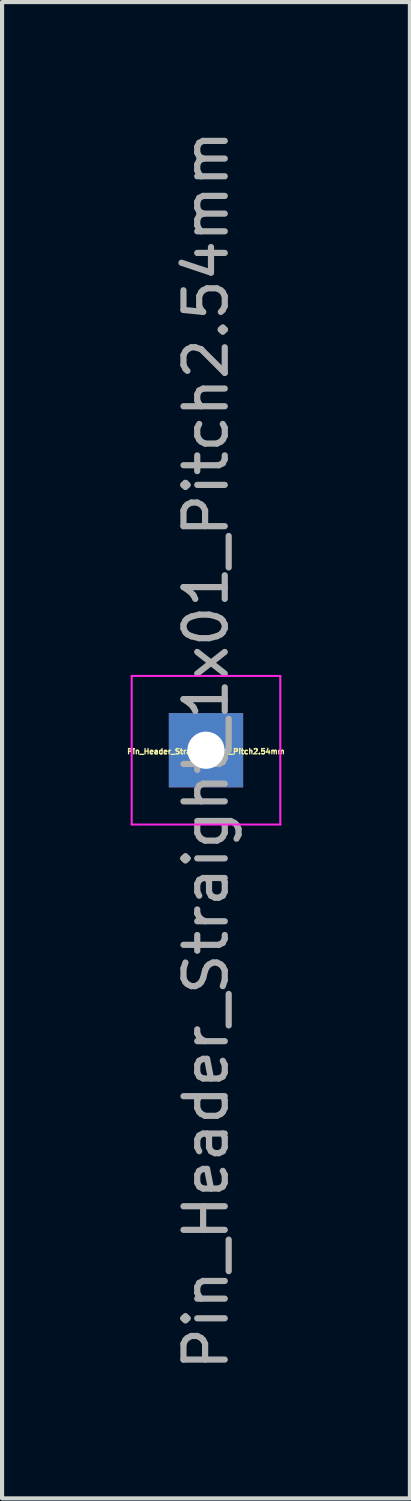
<source format=kicad_pcb>
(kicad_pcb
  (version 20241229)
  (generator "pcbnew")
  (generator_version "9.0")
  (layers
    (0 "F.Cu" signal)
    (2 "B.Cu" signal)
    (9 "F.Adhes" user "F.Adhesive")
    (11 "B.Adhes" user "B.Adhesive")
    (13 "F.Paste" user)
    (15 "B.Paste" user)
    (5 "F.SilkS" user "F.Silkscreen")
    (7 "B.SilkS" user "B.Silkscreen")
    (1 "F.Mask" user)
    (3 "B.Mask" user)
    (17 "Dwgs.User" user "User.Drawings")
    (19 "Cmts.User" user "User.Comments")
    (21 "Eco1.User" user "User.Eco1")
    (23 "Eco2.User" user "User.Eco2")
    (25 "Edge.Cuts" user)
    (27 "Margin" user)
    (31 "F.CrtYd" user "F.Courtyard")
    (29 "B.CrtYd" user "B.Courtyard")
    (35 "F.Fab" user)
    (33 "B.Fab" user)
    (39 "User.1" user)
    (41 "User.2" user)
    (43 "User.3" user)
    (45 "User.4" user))
  (footprint "Pin_Header_Straight_1x01_Pitch2.54mm"
    (layer "F.Cu")
    (at 1.94 15.125)
    (property "Reference" "Pin_Header_Straight_1x01_Pitch2.54mm" (at 0 0.03 0) (layer "F.SilkS") (effects (font (size 0.127 0.127) (thickness 0.032))))
    (attr through_hole)
    (fp_line (start -1.8 -1.8) (end -1.8 1.8) (stroke (width 0.05) (type solid)) (layer "F.CrtYd"))
    (fp_line (start -1.8 1.8) (end 1.8 1.8) (stroke (width 0.05) (type solid)) (layer "F.CrtYd"))
    (fp_line (start 1.8 -1.8) (end -1.8 -1.8) (stroke (width 0.05) (type solid)) (layer "F.CrtYd"))
    (fp_line (start 1.8 1.8) (end 1.8 -1.8) (stroke (width 0.05) (type solid)) (layer "F.CrtYd"))
    (fp_text user "${REFERENCE}" (at 0 0 90) (layer "F.Fab") (effects (font (size 1 1) (thickness 0.15))))
    (pad "1" thru_hole rect (at 0 0) (size 1.8 1.8) (drill 0.9) (layers "*.Cu" "*.Mask")))
  (gr_rect
    (start -3 -3)
    (end 6.88 33.25)
    (stroke (width 0.1) (type default))
    (fill no)
    (layer "Edge.Cuts")))
</source>
